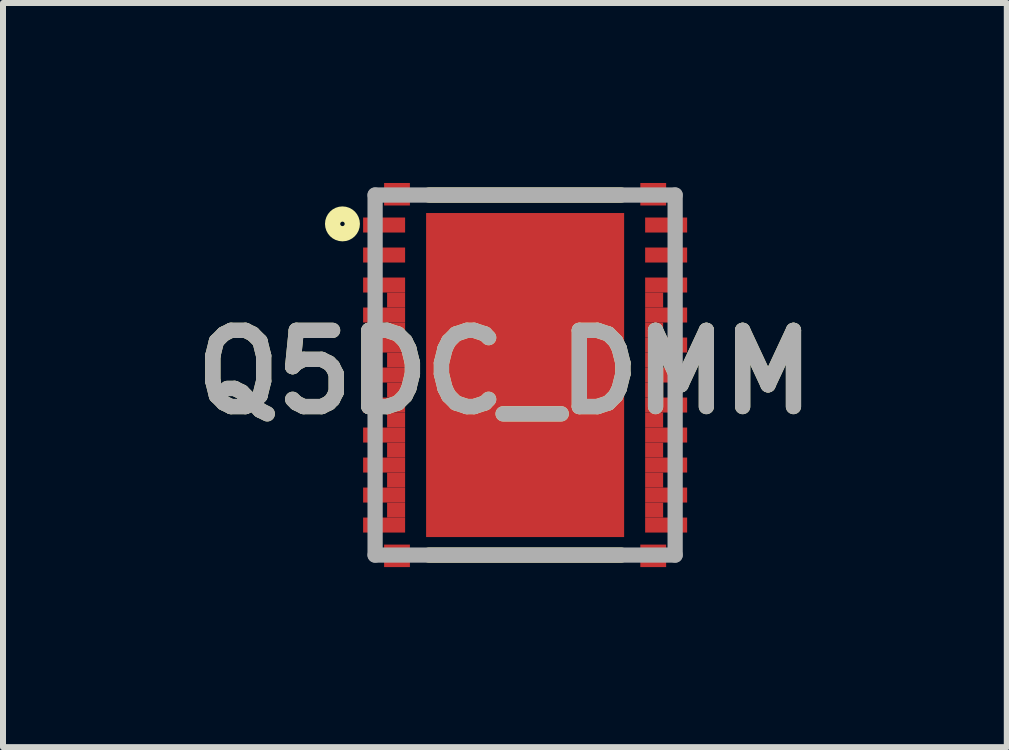
<source format=kicad_pcb>
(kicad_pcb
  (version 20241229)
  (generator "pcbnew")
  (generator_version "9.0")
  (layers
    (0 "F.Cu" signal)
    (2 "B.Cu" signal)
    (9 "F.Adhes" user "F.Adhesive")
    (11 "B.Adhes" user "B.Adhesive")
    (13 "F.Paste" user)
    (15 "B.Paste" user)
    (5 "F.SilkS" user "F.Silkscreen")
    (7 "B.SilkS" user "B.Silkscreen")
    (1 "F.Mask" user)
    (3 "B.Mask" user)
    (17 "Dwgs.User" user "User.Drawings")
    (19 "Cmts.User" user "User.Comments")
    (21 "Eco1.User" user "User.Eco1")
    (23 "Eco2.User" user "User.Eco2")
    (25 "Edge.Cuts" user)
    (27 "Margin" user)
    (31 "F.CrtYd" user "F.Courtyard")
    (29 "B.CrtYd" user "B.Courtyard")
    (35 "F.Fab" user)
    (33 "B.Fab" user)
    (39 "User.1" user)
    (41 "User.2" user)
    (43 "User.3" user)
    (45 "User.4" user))
  (footprint "Q5DC_DMM"
    (layer "F.Cu")
    (at 5.701 3.2)
    (property "Reference" "Q5DC_DMM" (at -0.336 -0.049 0) (layer "F.SilkS") (effects (font (size 1.27 1.27) (thickness 0.254))))
    (attr smd)
    (fp_line (start -1.6 -3) (end 1.6 -3) (stroke (width 0.254) (type solid)) (layer "F.SilkS"))
    (fp_line (start -1.6 3) (end 1.6 3) (stroke (width 0.254) (type solid)) (layer "F.SilkS"))
    (fp_circle (center -3.044 -2.519) (end -3.044 -2.482) (stroke (width 0.254) (type solid)) (fill no) (layer "F.SilkS"))
    (fp_line (start -2.5 -3) (end 2.5 -3) (stroke (width 0.254) (type solid)) (layer "F.Fab"))
    (fp_line (start -2.5 3) (end -2.5 -3) (stroke (width 0.254) (type solid)) (layer "F.Fab"))
    (fp_line (start 2.5 -3) (end 2.5 3) (stroke (width 0.254) (type solid)) (layer "F.Fab"))
    (fp_line (start 2.5 3) (end -2.5 3) (stroke (width 0.254) (type solid)) (layer "F.Fab"))
    (fp_text user "${REFERENCE}" (at -0.336 -0.049 0) (layer "F.Fab") (effects (font (size 1.27 1.27) (thickness 0.254))))
    (pad "1" smd rect (at -2.35 -2.5 90) (size 0.25 0.7) (layers "F.Cu" "F.Mask" "F.Paste"))
    (pad "2" smd rect (at -2.35 -2 90) (size 0.25 0.7) (layers "F.Cu" "F.Mask" "F.Paste"))
    (pad "3" smd rect (at -2.35 -1.5 90) (size 0.25 0.7) (layers "F.Cu" "F.Mask" "F.Paste"))
    (pad "4" smd rect (at -2.35 -1 90) (size 0.25 0.7) (layers "F.Cu" "F.Mask" "F.Paste"))
    (pad "5" smd rect (at -2.35 -0.5 90) (size 0.25 0.7) (layers "F.Cu" "F.Mask" "F.Paste"))
    (pad "6" smd rect (at -2.35 0 90) (size 0.25 0.7) (layers "F.Cu" "F.Mask" "F.Paste"))
    (pad "7" smd rect (at -2.35 0.5 90) (size 0.25 0.7) (layers "F.Cu" "F.Mask" "F.Paste"))
    (pad "8" smd rect (at -2.35 1 90) (size 0.25 0.7) (layers "F.Cu" "F.Mask" "F.Paste"))
    (pad "9" smd rect (at -2.35 1.5 90) (size 0.25 0.7) (layers "F.Cu" "F.Mask" "F.Paste"))
    (pad "10" smd rect (at -2.35 2 90) (size 0.25 0.7) (layers "F.Cu" "F.Mask" "F.Paste"))
    (pad "11" smd rect (at -2.35 2.5 90) (size 0.25 0.7) (layers "F.Cu" "F.Mask" "F.Paste"))
    (pad "12" smd rect (at 2.35 2.5 90) (size 0.25 0.7) (layers "F.Cu" "F.Mask" "F.Paste"))
    (pad "13" smd rect (at 2.35 2 90) (size 0.25 0.7) (layers "F.Cu" "F.Mask" "F.Paste"))
    (pad "14" smd rect (at 2.35 1.5 90) (size 0.25 0.7) (layers "F.Cu" "F.Mask" "F.Paste"))
    (pad "15" smd rect (at 2.35 1 90) (size 0.25 0.7) (layers "F.Cu" "F.Mask" "F.Paste"))
    (pad "16" smd rect (at 2.35 0.5 90) (size 0.25 0.7) (layers "F.Cu" "F.Mask" "F.Paste"))
    (pad "17" smd rect (at 2.35 0 90) (size 0.25 0.7) (layers "F.Cu" "F.Mask" "F.Paste"))
    (pad "18" smd rect (at 2.35 -0.5 90) (size 0.25 0.7) (layers "F.Cu" "F.Mask" "F.Paste"))
    (pad "19" smd rect (at 2.35 -1 90) (size 0.25 0.7) (layers "F.Cu" "F.Mask" "F.Paste"))
    (pad "20" smd rect (at 2.35 -1.5 90) (size 0.25 0.7) (layers "F.Cu" "F.Mask" "F.Paste"))
    (pad "21" smd rect (at 2.35 -2 90) (size 0.25 0.7) (layers "F.Cu" "F.Mask" "F.Paste"))
    (pad "22" smd rect (at 2.35 -2.5 90) (size 0.25 0.7) (layers "F.Cu" "F.Mask" "F.Paste"))
    (pad "23" smd rect (at -2.135 -3.013 90) (size 0.375 0.43) (layers "F.Cu" "F.Mask" "F.Paste"))
    (pad "24" smd rect (at -2.135 3.013 90) (size 0.375 0.43) (layers "F.Cu" "F.Mask" "F.Paste"))
    (pad "25" smd rect (at 2.135 3.013 90) (size 0.375 0.43) (layers "F.Cu" "F.Mask" "F.Paste"))
    (pad "26" smd rect (at 2.135 -3.013 90) (size 0.375 0.43) (layers "F.Cu" "F.Mask" "F.Paste"))
    (pad "27" smd rect (at 0 0) (size 3.3 5.4) (layers "F.Cu" "F.Mask" "F.Paste"))
    (pad "28" smd rect (at -2.15 -1.25 90) (size 0.25 0.3) (layers "F.Cu" "F.Mask" "F.Paste"))
    (pad "29" smd rect (at -2.15 -0.75 90) (size 0.25 0.3) (layers "F.Cu" "F.Mask" "F.Paste"))
    (pad "30" smd rect (at -2.15 -0.25 90) (size 0.25 0.3) (layers "F.Cu" "F.Mask" "F.Paste"))
    (pad "31" smd rect (at -2.15 0.25 90) (size 0.25 0.3) (layers "F.Cu" "F.Mask" "F.Paste"))
    (pad "32" smd rect (at -2.15 0.75 90) (size 0.25 0.3) (layers "F.Cu" "F.Mask" "F.Paste"))
    (pad "33" smd rect (at -2.15 1.25 90) (size 0.25 0.3) (layers "F.Cu" "F.Mask" "F.Paste"))
    (pad "34" smd rect (at -2.15 1.75 90) (size 0.25 0.3) (layers "F.Cu" "F.Mask" "F.Paste"))
    (pad "35" smd rect (at -2.15 2.25 90) (size 0.25 0.3) (layers "F.Cu" "F.Mask" "F.Paste"))
    (pad "36" smd rect (at 2.15 2.25 90) (size 0.25 0.3) (layers "F.Cu" "F.Mask" "F.Paste"))
    (pad "37" smd rect (at 2.15 1.75 90) (size 0.25 0.3) (layers "F.Cu" "F.Mask" "F.Paste"))
    (pad "38" smd rect (at 2.15 1.25 90) (size 0.25 0.3) (layers "F.Cu" "F.Mask" "F.Paste"))
    (pad "39" smd rect (at 2.15 0.75 90) (size 0.25 0.3) (layers "F.Cu" "F.Mask" "F.Paste"))
    (pad "40" smd rect (at 2.15 0.25 90) (size 0.25 0.3) (layers "F.Cu" "F.Mask" "F.Paste"))
    (pad "41" smd rect (at 2.15 -0.25 90) (size 0.25 0.3) (layers "F.Cu" "F.Mask" "F.Paste"))
    (pad "42" smd rect (at 2.15 -0.75 90) (size 0.25 0.3) (layers "F.Cu" "F.Mask" "F.Paste"))
    (pad "43" smd rect (at 2.15 -1.25 90) (size 0.25 0.3) (layers "F.Cu" "F.Mask" "F.Paste")))
  (gr_rect
    (start -3 -3)
    (end 13.728 9.401)
    (stroke (width 0.1) (type default))
    (fill no)
    (layer "Edge.Cuts")))
</source>
